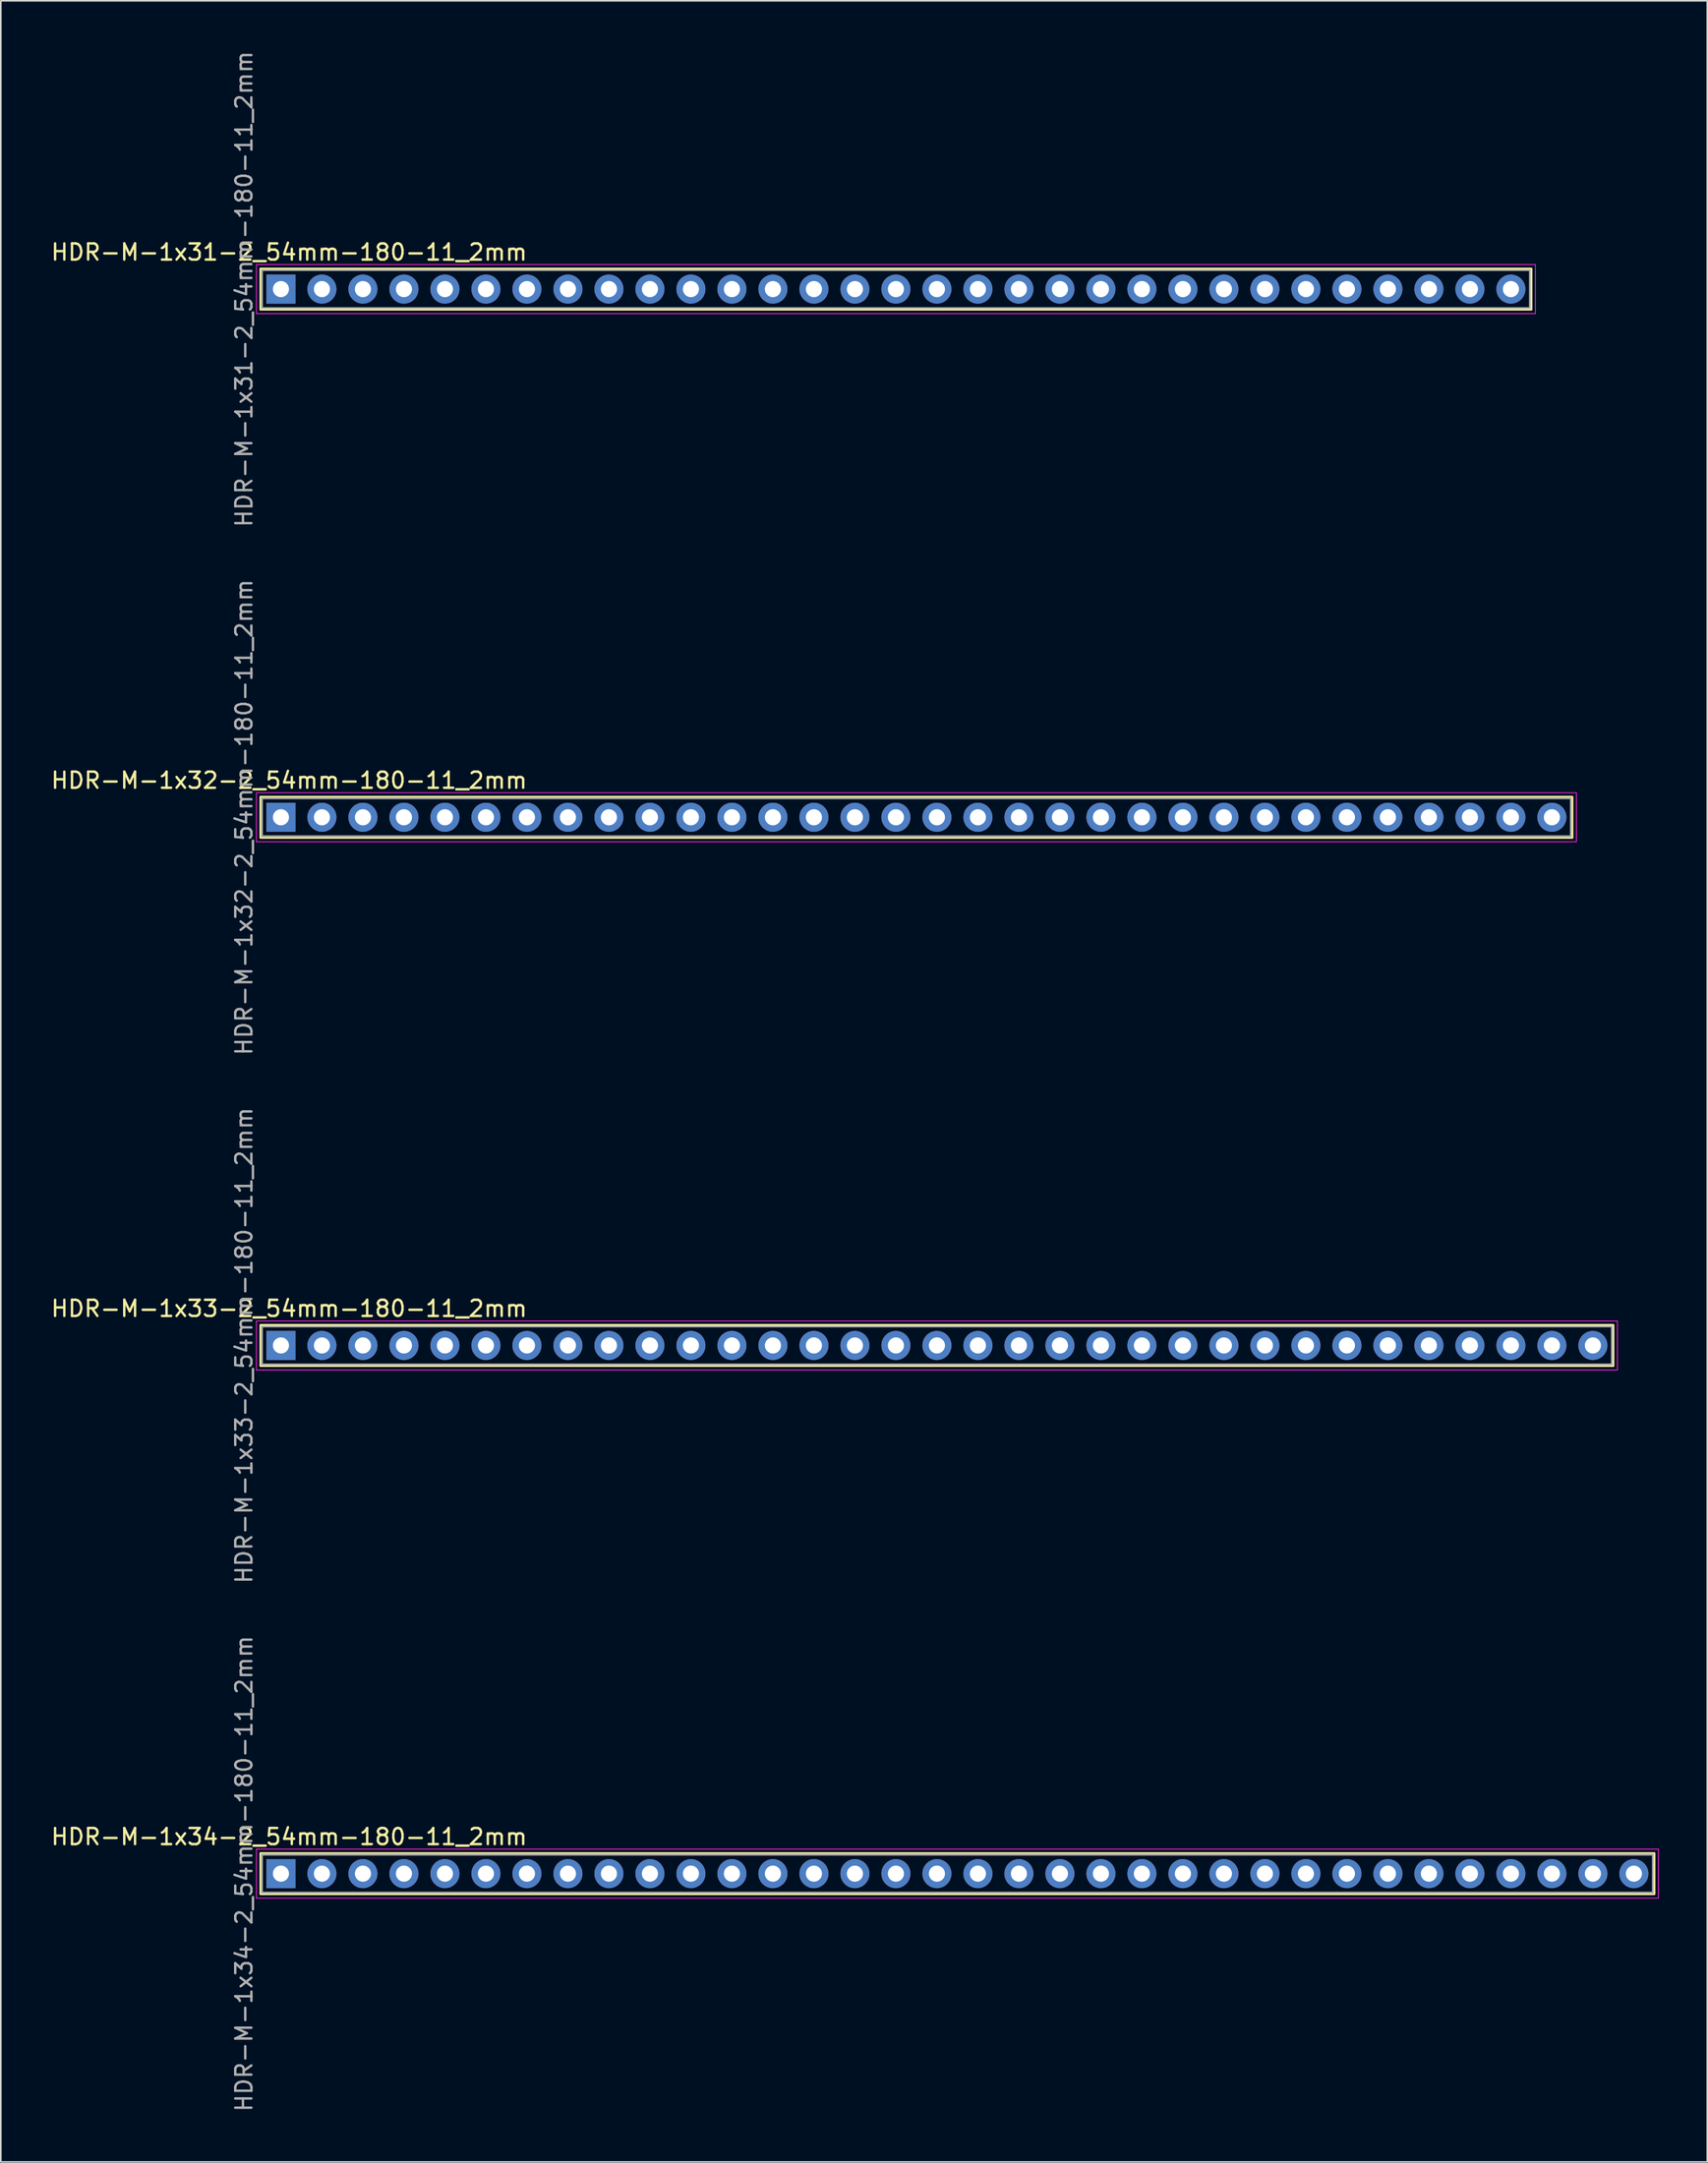
<source format=kicad_pcb>
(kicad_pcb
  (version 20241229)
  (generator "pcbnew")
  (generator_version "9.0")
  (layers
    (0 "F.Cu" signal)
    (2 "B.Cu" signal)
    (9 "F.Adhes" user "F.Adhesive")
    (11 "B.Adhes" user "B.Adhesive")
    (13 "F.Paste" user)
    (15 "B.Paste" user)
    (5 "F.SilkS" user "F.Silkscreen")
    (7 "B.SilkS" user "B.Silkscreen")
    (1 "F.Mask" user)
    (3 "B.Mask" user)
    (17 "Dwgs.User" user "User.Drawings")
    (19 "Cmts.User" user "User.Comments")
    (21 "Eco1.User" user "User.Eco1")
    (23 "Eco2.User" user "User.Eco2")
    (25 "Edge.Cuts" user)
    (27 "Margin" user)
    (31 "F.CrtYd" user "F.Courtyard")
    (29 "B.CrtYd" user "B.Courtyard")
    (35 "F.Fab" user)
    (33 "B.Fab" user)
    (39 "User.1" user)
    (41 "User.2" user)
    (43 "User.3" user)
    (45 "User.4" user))
  (footprint "HDR-M-1x33-2_54mm-180-11_2mm"
    (layer "F.Cu")
    (at 14.355 80.315)
    (property "Reference" "HDR-M-1x33-2_54mm-180-11_2mm" (at 0.508 -2.286 0) (unlocked yes) (layer "F.SilkS") (effects (font (size 1 1) (thickness 0.15))))
    (attr through_hole)
    (fp_rect (start -1.27 -1.27) (end 82.55 1.27) (stroke (width 0.12) (type solid)) (fill no) (layer "F.SilkS"))
    (fp_rect (start -1.52 -1.52) (end 82.8 1.52) (stroke (width 0.05) (type solid)) (fill no) (layer "F.CrtYd"))
    (fp_rect (start -1.17 -1.17) (end 82.45 1.17) (stroke (width 0.1) (type solid)) (fill no) (layer "F.Fab"))
    (fp_text user "${REFERENCE}" (at -2.286 0 90) (unlocked yes) (layer "F.Fab") (effects (font (size 1 1) (thickness 0.15))))
    (pad "1" thru_hole rect (at 0 0) (size 1.8 1.8) (drill 1) (layers "*.Cu" "*.Mask"))
    (pad "2" thru_hole circle (at 2.54 0) (size 1.8 1.8) (drill 1) (layers "*.Cu" "*.Mask"))
    (pad "3" thru_hole circle (at 5.08 0) (size 1.8 1.8) (drill 1) (layers "*.Cu" "*.Mask"))
    (pad "4" thru_hole circle (at 7.62 0) (size 1.8 1.8) (drill 1) (layers "*.Cu" "*.Mask"))
    (pad "5" thru_hole circle (at 10.16 0) (size 1.8 1.8) (drill 1) (layers "*.Cu" "*.Mask"))
    (pad "6" thru_hole circle (at 12.7 0) (size 1.8 1.8) (drill 1) (layers "*.Cu" "*.Mask"))
    (pad "7" thru_hole circle (at 15.24 0) (size 1.8 1.8) (drill 1) (layers "*.Cu" "*.Mask"))
    (pad "8" thru_hole circle (at 17.78 0) (size 1.8 1.8) (drill 1) (layers "*.Cu" "*.Mask"))
    (pad "9" thru_hole circle (at 20.32 0) (size 1.8 1.8) (drill 1) (layers "*.Cu" "*.Mask"))
    (pad "10" thru_hole circle (at 22.86 0) (size 1.8 1.8) (drill 1) (layers "*.Cu" "*.Mask"))
    (pad "11" thru_hole circle (at 25.4 0) (size 1.8 1.8) (drill 1) (layers "*.Cu" "*.Mask"))
    (pad "12" thru_hole circle (at 27.94 0) (size 1.8 1.8) (drill 1) (layers "*.Cu" "*.Mask"))
    (pad "13" thru_hole circle (at 30.48 0) (size 1.8 1.8) (drill 1) (layers "*.Cu" "*.Mask"))
    (pad "14" thru_hole circle (at 33.02 0) (size 1.8 1.8) (drill 1) (layers "*.Cu" "*.Mask"))
    (pad "15" thru_hole circle (at 35.56 0) (size 1.8 1.8) (drill 1) (layers "*.Cu" "*.Mask"))
    (pad "16" thru_hole circle (at 38.1 0) (size 1.8 1.8) (drill 1) (layers "*.Cu" "*.Mask"))
    (pad "17" thru_hole circle (at 40.64 0) (size 1.8 1.8) (drill 1) (layers "*.Cu" "*.Mask"))
    (pad "18" thru_hole circle (at 43.18 0) (size 1.8 1.8) (drill 1) (layers "*.Cu" "*.Mask"))
    (pad "19" thru_hole circle (at 45.72 0) (size 1.8 1.8) (drill 1) (layers "*.Cu" "*.Mask"))
    (pad "20" thru_hole circle (at 48.26 0) (size 1.8 1.8) (drill 1) (layers "*.Cu" "*.Mask"))
    (pad "21" thru_hole circle (at 50.8 0) (size 1.8 1.8) (drill 1) (layers "*.Cu" "*.Mask"))
    (pad "22" thru_hole circle (at 53.34 0) (size 1.8 1.8) (drill 1) (layers "*.Cu" "*.Mask"))
    (pad "23" thru_hole circle (at 55.88 0) (size 1.8 1.8) (drill 1) (layers "*.Cu" "*.Mask"))
    (pad "24" thru_hole circle (at 58.42 0) (size 1.8 1.8) (drill 1) (layers "*.Cu" "*.Mask"))
    (pad "25" thru_hole circle (at 60.96 0) (size 1.8 1.8) (drill 1) (layers "*.Cu" "*.Mask"))
    (pad "26" thru_hole circle (at 63.5 0) (size 1.8 1.8) (drill 1) (layers "*.Cu" "*.Mask"))
    (pad "27" thru_hole circle (at 66.04 0) (size 1.8 1.8) (drill 1) (layers "*.Cu" "*.Mask"))
    (pad "28" thru_hole circle (at 68.58 0) (size 1.8 1.8) (drill 1) (layers "*.Cu" "*.Mask"))
    (pad "29" thru_hole circle (at 71.12 0) (size 1.8 1.8) (drill 1) (layers "*.Cu" "*.Mask"))
    (pad "30" thru_hole circle (at 73.66 0) (size 1.8 1.8) (drill 1) (layers "*.Cu" "*.Mask"))
    (pad "31" thru_hole circle (at 76.2 0) (size 1.8 1.8) (drill 1) (layers "*.Cu" "*.Mask"))
    (pad "32" thru_hole circle (at 78.74 0) (size 1.8 1.8) (drill 1) (layers "*.Cu" "*.Mask"))
    (pad "33" thru_hole circle (at 81.28 0) (size 1.8 1.8) (drill 1) (layers "*.Cu" "*.Mask")))
  (footprint "HDR-M-1x32-2_54mm-180-11_2mm"
    (layer "F.Cu")
    (at 14.355 47.589)
    (property "Reference" "HDR-M-1x32-2_54mm-180-11_2mm" (at 0.508 -2.286 0) (unlocked yes) (layer "F.SilkS") (effects (font (size 1 1) (thickness 0.15))))
    (attr through_hole)
    (fp_rect (start -1.27 -1.27) (end 80.01 1.27) (stroke (width 0.12) (type solid)) (fill no) (layer "F.SilkS"))
    (fp_rect (start -1.52 -1.52) (end 80.26 1.52) (stroke (width 0.05) (type solid)) (fill no) (layer "F.CrtYd"))
    (fp_rect (start -1.17 -1.17) (end 79.91 1.17) (stroke (width 0.1) (type solid)) (fill no) (layer "F.Fab"))
    (fp_text user "${REFERENCE}" (at -2.286 0 90) (unlocked yes) (layer "F.Fab") (effects (font (size 1 1) (thickness 0.15))))
    (pad "1" thru_hole rect (at 0 0) (size 1.8 1.8) (drill 1) (layers "*.Cu" "*.Mask"))
    (pad "2" thru_hole circle (at 2.54 0) (size 1.8 1.8) (drill 1) (layers "*.Cu" "*.Mask"))
    (pad "3" thru_hole circle (at 5.08 0) (size 1.8 1.8) (drill 1) (layers "*.Cu" "*.Mask"))
    (pad "4" thru_hole circle (at 7.62 0) (size 1.8 1.8) (drill 1) (layers "*.Cu" "*.Mask"))
    (pad "5" thru_hole circle (at 10.16 0) (size 1.8 1.8) (drill 1) (layers "*.Cu" "*.Mask"))
    (pad "6" thru_hole circle (at 12.7 0) (size 1.8 1.8) (drill 1) (layers "*.Cu" "*.Mask"))
    (pad "7" thru_hole circle (at 15.24 0) (size 1.8 1.8) (drill 1) (layers "*.Cu" "*.Mask"))
    (pad "8" thru_hole circle (at 17.78 0) (size 1.8 1.8) (drill 1) (layers "*.Cu" "*.Mask"))
    (pad "9" thru_hole circle (at 20.32 0) (size 1.8 1.8) (drill 1) (layers "*.Cu" "*.Mask"))
    (pad "10" thru_hole circle (at 22.86 0) (size 1.8 1.8) (drill 1) (layers "*.Cu" "*.Mask"))
    (pad "11" thru_hole circle (at 25.4 0) (size 1.8 1.8) (drill 1) (layers "*.Cu" "*.Mask"))
    (pad "12" thru_hole circle (at 27.94 0) (size 1.8 1.8) (drill 1) (layers "*.Cu" "*.Mask"))
    (pad "13" thru_hole circle (at 30.48 0) (size 1.8 1.8) (drill 1) (layers "*.Cu" "*.Mask"))
    (pad "14" thru_hole circle (at 33.02 0) (size 1.8 1.8) (drill 1) (layers "*.Cu" "*.Mask"))
    (pad "15" thru_hole circle (at 35.56 0) (size 1.8 1.8) (drill 1) (layers "*.Cu" "*.Mask"))
    (pad "16" thru_hole circle (at 38.1 0) (size 1.8 1.8) (drill 1) (layers "*.Cu" "*.Mask"))
    (pad "17" thru_hole circle (at 40.64 0) (size 1.8 1.8) (drill 1) (layers "*.Cu" "*.Mask"))
    (pad "18" thru_hole circle (at 43.18 0) (size 1.8 1.8) (drill 1) (layers "*.Cu" "*.Mask"))
    (pad "19" thru_hole circle (at 45.72 0) (size 1.8 1.8) (drill 1) (layers "*.Cu" "*.Mask"))
    (pad "20" thru_hole circle (at 48.26 0) (size 1.8 1.8) (drill 1) (layers "*.Cu" "*.Mask"))
    (pad "21" thru_hole circle (at 50.8 0) (size 1.8 1.8) (drill 1) (layers "*.Cu" "*.Mask"))
    (pad "22" thru_hole circle (at 53.34 0) (size 1.8 1.8) (drill 1) (layers "*.Cu" "*.Mask"))
    (pad "23" thru_hole circle (at 55.88 0) (size 1.8 1.8) (drill 1) (layers "*.Cu" "*.Mask"))
    (pad "24" thru_hole circle (at 58.42 0) (size 1.8 1.8) (drill 1) (layers "*.Cu" "*.Mask"))
    (pad "25" thru_hole circle (at 60.96 0) (size 1.8 1.8) (drill 1) (layers "*.Cu" "*.Mask"))
    (pad "26" thru_hole circle (at 63.5 0) (size 1.8 1.8) (drill 1) (layers "*.Cu" "*.Mask"))
    (pad "27" thru_hole circle (at 66.04 0) (size 1.8 1.8) (drill 1) (layers "*.Cu" "*.Mask"))
    (pad "28" thru_hole circle (at 68.58 0) (size 1.8 1.8) (drill 1) (layers "*.Cu" "*.Mask"))
    (pad "29" thru_hole circle (at 71.12 0) (size 1.8 1.8) (drill 1) (layers "*.Cu" "*.Mask"))
    (pad "30" thru_hole circle (at 73.66 0) (size 1.8 1.8) (drill 1) (layers "*.Cu" "*.Mask"))
    (pad "31" thru_hole circle (at 76.2 0) (size 1.8 1.8) (drill 1) (layers "*.Cu" "*.Mask"))
    (pad "32" thru_hole circle (at 78.74 0) (size 1.8 1.8) (drill 1) (layers "*.Cu" "*.Mask")))
  (footprint "HDR-M-1x31-2_54mm-180-11_2mm"
    (layer "F.Cu")
    (at 14.355 14.863)
    (property "Reference" "HDR-M-1x31-2_54mm-180-11_2mm" (at 0.508 -2.286 0) (unlocked yes) (layer "F.SilkS") (effects (font (size 1 1) (thickness 0.15))))
    (attr through_hole)
    (fp_rect (start -1.27 -1.27) (end 77.47 1.27) (stroke (width 0.12) (type solid)) (fill no) (layer "F.SilkS"))
    (fp_rect (start -1.52 -1.52) (end 77.72 1.52) (stroke (width 0.05) (type solid)) (fill no) (layer "F.CrtYd"))
    (fp_rect (start -1.17 -1.17) (end 77.37 1.17) (stroke (width 0.1) (type solid)) (fill no) (layer "F.Fab"))
    (fp_text user "${REFERENCE}" (at -2.286 0 90) (unlocked yes) (layer "F.Fab") (effects (font (size 1 1) (thickness 0.15))))
    (pad "1" thru_hole rect (at 0 0) (size 1.8 1.8) (drill 1) (layers "*.Cu" "*.Mask"))
    (pad "2" thru_hole circle (at 2.54 0) (size 1.8 1.8) (drill 1) (layers "*.Cu" "*.Mask"))
    (pad "3" thru_hole circle (at 5.08 0) (size 1.8 1.8) (drill 1) (layers "*.Cu" "*.Mask"))
    (pad "4" thru_hole circle (at 7.62 0) (size 1.8 1.8) (drill 1) (layers "*.Cu" "*.Mask"))
    (pad "5" thru_hole circle (at 10.16 0) (size 1.8 1.8) (drill 1) (layers "*.Cu" "*.Mask"))
    (pad "6" thru_hole circle (at 12.7 0) (size 1.8 1.8) (drill 1) (layers "*.Cu" "*.Mask"))
    (pad "7" thru_hole circle (at 15.24 0) (size 1.8 1.8) (drill 1) (layers "*.Cu" "*.Mask"))
    (pad "8" thru_hole circle (at 17.78 0) (size 1.8 1.8) (drill 1) (layers "*.Cu" "*.Mask"))
    (pad "9" thru_hole circle (at 20.32 0) (size 1.8 1.8) (drill 1) (layers "*.Cu" "*.Mask"))
    (pad "10" thru_hole circle (at 22.86 0) (size 1.8 1.8) (drill 1) (layers "*.Cu" "*.Mask"))
    (pad "11" thru_hole circle (at 25.4 0) (size 1.8 1.8) (drill 1) (layers "*.Cu" "*.Mask"))
    (pad "12" thru_hole circle (at 27.94 0) (size 1.8 1.8) (drill 1) (layers "*.Cu" "*.Mask"))
    (pad "13" thru_hole circle (at 30.48 0) (size 1.8 1.8) (drill 1) (layers "*.Cu" "*.Mask"))
    (pad "14" thru_hole circle (at 33.02 0) (size 1.8 1.8) (drill 1) (layers "*.Cu" "*.Mask"))
    (pad "15" thru_hole circle (at 35.56 0) (size 1.8 1.8) (drill 1) (layers "*.Cu" "*.Mask"))
    (pad "16" thru_hole circle (at 38.1 0) (size 1.8 1.8) (drill 1) (layers "*.Cu" "*.Mask"))
    (pad "17" thru_hole circle (at 40.64 0) (size 1.8 1.8) (drill 1) (layers "*.Cu" "*.Mask"))
    (pad "18" thru_hole circle (at 43.18 0) (size 1.8 1.8) (drill 1) (layers "*.Cu" "*.Mask"))
    (pad "19" thru_hole circle (at 45.72 0) (size 1.8 1.8) (drill 1) (layers "*.Cu" "*.Mask"))
    (pad "20" thru_hole circle (at 48.26 0) (size 1.8 1.8) (drill 1) (layers "*.Cu" "*.Mask"))
    (pad "21" thru_hole circle (at 50.8 0) (size 1.8 1.8) (drill 1) (layers "*.Cu" "*.Mask"))
    (pad "22" thru_hole circle (at 53.34 0) (size 1.8 1.8) (drill 1) (layers "*.Cu" "*.Mask"))
    (pad "23" thru_hole circle (at 55.88 0) (size 1.8 1.8) (drill 1) (layers "*.Cu" "*.Mask"))
    (pad "24" thru_hole circle (at 58.42 0) (size 1.8 1.8) (drill 1) (layers "*.Cu" "*.Mask"))
    (pad "25" thru_hole circle (at 60.96 0) (size 1.8 1.8) (drill 1) (layers "*.Cu" "*.Mask"))
    (pad "26" thru_hole circle (at 63.5 0) (size 1.8 1.8) (drill 1) (layers "*.Cu" "*.Mask"))
    (pad "27" thru_hole circle (at 66.04 0) (size 1.8 1.8) (drill 1) (layers "*.Cu" "*.Mask"))
    (pad "28" thru_hole circle (at 68.58 0) (size 1.8 1.8) (drill 1) (layers "*.Cu" "*.Mask"))
    (pad "29" thru_hole circle (at 71.12 0) (size 1.8 1.8) (drill 1) (layers "*.Cu" "*.Mask"))
    (pad "30" thru_hole circle (at 73.66 0) (size 1.8 1.8) (drill 1) (layers "*.Cu" "*.Mask"))
    (pad "31" thru_hole circle (at 76.2 0) (size 1.8 1.8) (drill 1) (layers "*.Cu" "*.Mask")))
  (footprint "HDR-M-1x34-2_54mm-180-11_2mm"
    (layer "F.Cu")
    (at 14.355 113.042)
    (property "Reference" "HDR-M-1x34-2_54mm-180-11_2mm" (at 0.508 -2.286 0) (unlocked yes) (layer "F.SilkS") (effects (font (size 1 1) (thickness 0.15))))
    (attr through_hole)
    (fp_rect (start -1.27 -1.27) (end 85.09 1.27) (stroke (width 0.12) (type solid)) (fill no) (layer "F.SilkS"))
    (fp_rect (start -1.52 -1.52) (end 85.34 1.52) (stroke (width 0.05) (type solid)) (fill no) (layer "F.CrtYd"))
    (fp_rect (start -1.17 -1.17) (end 84.99 1.17) (stroke (width 0.1) (type solid)) (fill no) (layer "F.Fab"))
    (fp_text user "${REFERENCE}" (at -2.286 0 90) (unlocked yes) (layer "F.Fab") (effects (font (size 1 1) (thickness 0.15))))
    (pad "1" thru_hole rect (at 0 0) (size 1.8 1.8) (drill 1) (layers "*.Cu" "*.Mask"))
    (pad "2" thru_hole circle (at 2.54 0) (size 1.8 1.8) (drill 1) (layers "*.Cu" "*.Mask"))
    (pad "3" thru_hole circle (at 5.08 0) (size 1.8 1.8) (drill 1) (layers "*.Cu" "*.Mask"))
    (pad "4" thru_hole circle (at 7.62 0) (size 1.8 1.8) (drill 1) (layers "*.Cu" "*.Mask"))
    (pad "5" thru_hole circle (at 10.16 0) (size 1.8 1.8) (drill 1) (layers "*.Cu" "*.Mask"))
    (pad "6" thru_hole circle (at 12.7 0) (size 1.8 1.8) (drill 1) (layers "*.Cu" "*.Mask"))
    (pad "7" thru_hole circle (at 15.24 0) (size 1.8 1.8) (drill 1) (layers "*.Cu" "*.Mask"))
    (pad "8" thru_hole circle (at 17.78 0) (size 1.8 1.8) (drill 1) (layers "*.Cu" "*.Mask"))
    (pad "9" thru_hole circle (at 20.32 0) (size 1.8 1.8) (drill 1) (layers "*.Cu" "*.Mask"))
    (pad "10" thru_hole circle (at 22.86 0) (size 1.8 1.8) (drill 1) (layers "*.Cu" "*.Mask"))
    (pad "11" thru_hole circle (at 25.4 0) (size 1.8 1.8) (drill 1) (layers "*.Cu" "*.Mask"))
    (pad "12" thru_hole circle (at 27.94 0) (size 1.8 1.8) (drill 1) (layers "*.Cu" "*.Mask"))
    (pad "13" thru_hole circle (at 30.48 0) (size 1.8 1.8) (drill 1) (layers "*.Cu" "*.Mask"))
    (pad "14" thru_hole circle (at 33.02 0) (size 1.8 1.8) (drill 1) (layers "*.Cu" "*.Mask"))
    (pad "15" thru_hole circle (at 35.56 0) (size 1.8 1.8) (drill 1) (layers "*.Cu" "*.Mask"))
    (pad "16" thru_hole circle (at 38.1 0) (size 1.8 1.8) (drill 1) (layers "*.Cu" "*.Mask"))
    (pad "17" thru_hole circle (at 40.64 0) (size 1.8 1.8) (drill 1) (layers "*.Cu" "*.Mask"))
    (pad "18" thru_hole circle (at 43.18 0) (size 1.8 1.8) (drill 1) (layers "*.Cu" "*.Mask"))
    (pad "19" thru_hole circle (at 45.72 0) (size 1.8 1.8) (drill 1) (layers "*.Cu" "*.Mask"))
    (pad "20" thru_hole circle (at 48.26 0) (size 1.8 1.8) (drill 1) (layers "*.Cu" "*.Mask"))
    (pad "21" thru_hole circle (at 50.8 0) (size 1.8 1.8) (drill 1) (layers "*.Cu" "*.Mask"))
    (pad "22" thru_hole circle (at 53.34 0) (size 1.8 1.8) (drill 1) (layers "*.Cu" "*.Mask"))
    (pad "23" thru_hole circle (at 55.88 0) (size 1.8 1.8) (drill 1) (layers "*.Cu" "*.Mask"))
    (pad "24" thru_hole circle (at 58.42 0) (size 1.8 1.8) (drill 1) (layers "*.Cu" "*.Mask"))
    (pad "25" thru_hole circle (at 60.96 0) (size 1.8 1.8) (drill 1) (layers "*.Cu" "*.Mask"))
    (pad "26" thru_hole circle (at 63.5 0) (size 1.8 1.8) (drill 1) (layers "*.Cu" "*.Mask"))
    (pad "27" thru_hole circle (at 66.04 0) (size 1.8 1.8) (drill 1) (layers "*.Cu" "*.Mask"))
    (pad "28" thru_hole circle (at 68.58 0) (size 1.8 1.8) (drill 1) (layers "*.Cu" "*.Mask"))
    (pad "29" thru_hole circle (at 71.12 0) (size 1.8 1.8) (drill 1) (layers "*.Cu" "*.Mask"))
    (pad "30" thru_hole circle (at 73.66 0) (size 1.8 1.8) (drill 1) (layers "*.Cu" "*.Mask"))
    (pad "31" thru_hole circle (at 76.2 0) (size 1.8 1.8) (drill 1) (layers "*.Cu" "*.Mask"))
    (pad "32" thru_hole circle (at 78.74 0) (size 1.8 1.8) (drill 1) (layers "*.Cu" "*.Mask"))
    (pad "33" thru_hole circle (at 81.28 0) (size 1.8 1.8) (drill 1) (layers "*.Cu" "*.Mask"))
    (pad "34" thru_hole circle (at 83.82 0) (size 1.8 1.8) (drill 1) (layers "*.Cu" "*.Mask")))
  (gr_rect
    (start -3 -3)
    (end 102.72 130.905)
    (stroke (width 0.1) (type default))
    (fill no)
    (layer "Edge.Cuts")))
</source>
